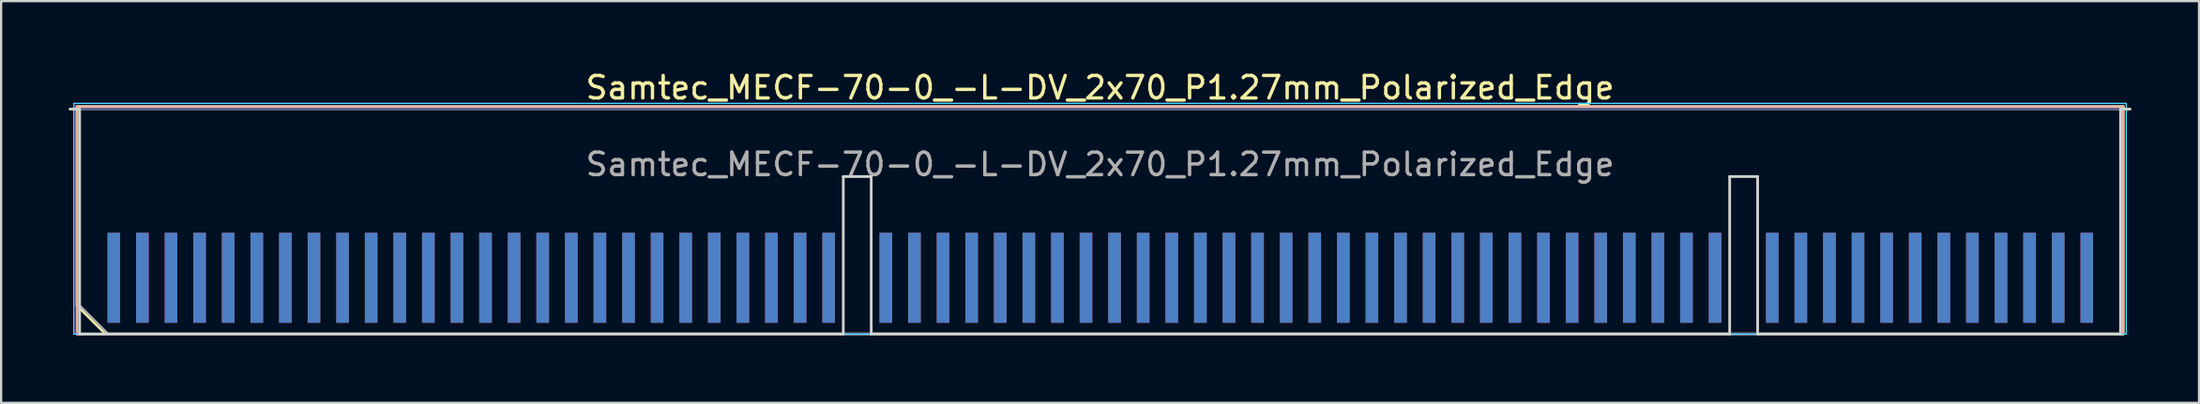
<source format=kicad_pcb>
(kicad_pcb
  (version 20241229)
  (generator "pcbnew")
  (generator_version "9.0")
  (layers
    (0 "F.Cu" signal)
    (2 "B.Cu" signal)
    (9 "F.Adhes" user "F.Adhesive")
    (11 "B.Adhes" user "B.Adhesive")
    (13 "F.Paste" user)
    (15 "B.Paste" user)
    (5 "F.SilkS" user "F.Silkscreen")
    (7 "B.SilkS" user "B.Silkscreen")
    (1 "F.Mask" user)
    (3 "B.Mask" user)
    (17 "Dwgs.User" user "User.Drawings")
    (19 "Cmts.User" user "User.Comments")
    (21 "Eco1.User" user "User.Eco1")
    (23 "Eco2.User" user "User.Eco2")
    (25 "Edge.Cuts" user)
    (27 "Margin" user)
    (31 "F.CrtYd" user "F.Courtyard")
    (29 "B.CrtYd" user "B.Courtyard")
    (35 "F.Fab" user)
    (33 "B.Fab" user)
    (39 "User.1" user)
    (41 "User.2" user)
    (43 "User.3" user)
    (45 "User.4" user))
  (footprint "Samtec_MECF-70-0_-L-DV_2x70_P1.27mm_Polarized_Edge"
    (layer "F.Cu")
    (at 45.81 6.798)
    (property "Reference" "Samtec_MECF-70-0_-L-DV_2x70_P1.27mm_Polarized_Edge" (at 0 -5.95 0) (layer "F.SilkS") (effects (font (size 1 1) (thickness 0.15))))
    (attr exclude_from_pos_files exclude_from_bom)
    (fp_line (start -45.44 -5.11) (end 45.44 -5.11) (stroke (width 0.12) (type solid)) (layer "F.SilkS"))
    (fp_line (start -45.44 3.73) (end -45.44 -5.11) (stroke (width 0.12) (type solid)) (layer "F.SilkS"))
    (fp_line (start -44.17 5) (end -45.44 3.73) (stroke (width 0.12) (type solid)) (layer "F.SilkS"))
    (fp_line (start -44.17 5) (end 45.44 5) (stroke (width 0.12) (type solid)) (layer "F.SilkS"))
    (fp_line (start 45.44 5) (end 45.44 -5.11) (stroke (width 0.12) (type solid)) (layer "F.SilkS"))
    (fp_line (start -45.44 -5.11) (end 45.44 -5.11) (stroke (width 0.12) (type solid)) (layer "B.SilkS"))
    (fp_line (start -45.44 5) (end -45.44 -5.11) (stroke (width 0.12) (type solid)) (layer "B.SilkS"))
    (fp_line (start -45.44 5) (end 45.44 5) (stroke (width 0.12) (type solid)) (layer "B.SilkS"))
    (fp_line (start 45.44 5) (end 45.44 -5.11) (stroke (width 0.12) (type solid)) (layer "B.SilkS"))
    (fp_line (start -45.75 -5) (end -45.325 -5) (stroke (width 0.12) (type solid)) (layer "Edge.Cuts"))
    (fp_line (start -45.325 5) (end -45.325 -5) (stroke (width 0.12) (type solid)) (layer "Edge.Cuts"))
    (fp_line (start -45.325 5) (end -11.405 5) (stroke (width 0.12) (type solid)) (layer "Edge.Cuts"))
    (fp_line (start -11.405 -2) (end -10.165 -2) (stroke (width 0.12) (type solid)) (layer "Edge.Cuts"))
    (fp_line (start -11.405 5) (end -11.405 -2) (stroke (width 0.12) (type solid)) (layer "Edge.Cuts"))
    (fp_line (start -10.165 5) (end -10.165 -2) (stroke (width 0.12) (type solid)) (layer "Edge.Cuts"))
    (fp_line (start -10.165 5) (end 27.965 5) (stroke (width 0.12) (type solid)) (layer "Edge.Cuts"))
    (fp_line (start 27.965 -2) (end 29.205 -2) (stroke (width 0.12) (type solid)) (layer "Edge.Cuts"))
    (fp_line (start 27.965 5) (end 27.965 -2) (stroke (width 0.12) (type solid)) (layer "Edge.Cuts"))
    (fp_line (start 29.205 5) (end 29.205 -2) (stroke (width 0.12) (type solid)) (layer "Edge.Cuts"))
    (fp_line (start 29.205 5) (end 45.325 5) (stroke (width 0.12) (type solid)) (layer "Edge.Cuts"))
    (fp_line (start 45.325 5) (end 45.325 -5) (stroke (width 0.12) (type solid)) (layer "Edge.Cuts"))
    (fp_line (start 45.75 -5) (end 45.325 -5) (stroke (width 0.12) (type solid)) (layer "Edge.Cuts"))
    (fp_rect (start -45.58 -5.25) (end 45.58 5) (stroke (width 0.05) (type solid)) (fill no) (layer "B.CrtYd"))
    (fp_rect (start -45.58 -5.25) (end 45.58 5) (stroke (width 0.05) (type solid)) (fill no) (layer "F.CrtYd"))
    (fp_line (start -45.325 -5) (end 45.325 -5) (stroke (width 0.1) (type solid)) (layer "B.Fab"))
    (fp_line (start -45.325 5) (end -45.325 -5) (stroke (width 0.1) (type solid)) (layer "B.Fab"))
    (fp_line (start -45.325 5) (end 45.325 5) (stroke (width 0.1) (type solid)) (layer "B.Fab"))
    (fp_line (start 45.325 5) (end 45.325 -5) (stroke (width 0.1) (type solid)) (layer "B.Fab"))
    (fp_line (start -45.325 -5) (end 45.325 -5) (stroke (width 0.1) (type solid)) (layer "F.Fab"))
    (fp_line (start -45.325 3.73) (end -45.325 -5) (stroke (width 0.1) (type solid)) (layer "F.Fab"))
    (fp_line (start -45.325 3.73) (end -44.055 5) (stroke (width 0.1) (type solid)) (layer "F.Fab"))
    (fp_line (start -44.055 5) (end 45.325 5) (stroke (width 0.1) (type solid)) (layer "F.Fab"))
    (fp_line (start 45.325 5) (end 45.325 -5) (stroke (width 0.1) (type solid)) (layer "F.Fab"))
    (fp_text user "${REFERENCE}" (at 0 -2.54 0) (layer "F.Fab") (effects (font (size 1 1) (thickness 0.15))))
    (pad "1" connect rect (at -43.805 2.5) (size 0.56 4) (layers "F.Cu" "F.Mask"))
    (pad "2" connect rect (at -43.805 2.5) (size 0.56 4) (layers "B.Cu" "B.Mask"))
    (pad "3" connect rect (at -42.535 2.5) (size 0.56 4) (layers "F.Cu" "F.Mask"))
    (pad "4" connect rect (at -42.535 2.5) (size 0.56 4) (layers "B.Cu" "B.Mask"))
    (pad "5" connect rect (at -41.265 2.5) (size 0.56 4) (layers "F.Cu" "F.Mask"))
    (pad "6" connect rect (at -41.265 2.5) (size 0.56 4) (layers "B.Cu" "B.Mask"))
    (pad "7" connect rect (at -39.995 2.5) (size 0.56 4) (layers "F.Cu" "F.Mask"))
    (pad "8" connect rect (at -39.995 2.5) (size 0.56 4) (layers "B.Cu" "B.Mask"))
    (pad "9" connect rect (at -38.725 2.5) (size 0.56 4) (layers "F.Cu" "F.Mask"))
    (pad "10" connect rect (at -38.725 2.5) (size 0.56 4) (layers "B.Cu" "B.Mask"))
    (pad "11" connect rect (at -37.455 2.5) (size 0.56 4) (layers "F.Cu" "F.Mask"))
    (pad "12" connect rect (at -37.455 2.5) (size 0.56 4) (layers "B.Cu" "B.Mask"))
    (pad "13" connect rect (at -36.185 2.5) (size 0.56 4) (layers "F.Cu" "F.Mask"))
    (pad "14" connect rect (at -36.185 2.5) (size 0.56 4) (layers "B.Cu" "B.Mask"))
    (pad "15" connect rect (at -34.915 2.5) (size 0.56 4) (layers "F.Cu" "F.Mask"))
    (pad "16" connect rect (at -34.915 2.5) (size 0.56 4) (layers "B.Cu" "B.Mask"))
    (pad "17" connect rect (at -33.645 2.5) (size 0.56 4) (layers "F.Cu" "F.Mask"))
    (pad "18" connect rect (at -33.645 2.5) (size 0.56 4) (layers "B.Cu" "B.Mask"))
    (pad "19" connect rect (at -32.375 2.5) (size 0.56 4) (layers "F.Cu" "F.Mask"))
    (pad "20" connect rect (at -32.375 2.5) (size 0.56 4) (layers "B.Cu" "B.Mask"))
    (pad "21" connect rect (at -31.105 2.5) (size 0.56 4) (layers "F.Cu" "F.Mask"))
    (pad "22" connect rect (at -31.105 2.5) (size 0.56 4) (layers "B.Cu" "B.Mask"))
    (pad "23" connect rect (at -29.835 2.5) (size 0.56 4) (layers "F.Cu" "F.Mask"))
    (pad "24" connect rect (at -29.835 2.5) (size 0.56 4) (layers "B.Cu" "B.Mask"))
    (pad "25" connect rect (at -28.565 2.5) (size 0.56 4) (layers "F.Cu" "F.Mask"))
    (pad "26" connect rect (at -28.565 2.5) (size 0.56 4) (layers "B.Cu" "B.Mask"))
    (pad "27" connect rect (at -27.295 2.5) (size 0.56 4) (layers "F.Cu" "F.Mask"))
    (pad "28" connect rect (at -27.295 2.5) (size 0.56 4) (layers "B.Cu" "B.Mask"))
    (pad "29" connect rect (at -26.025 2.5) (size 0.56 4) (layers "F.Cu" "F.Mask"))
    (pad "30" connect rect (at -26.025 2.5) (size 0.56 4) (layers "B.Cu" "B.Mask"))
    (pad "31" connect rect (at -24.755 2.5) (size 0.56 4) (layers "F.Cu" "F.Mask"))
    (pad "32" connect rect (at -24.755 2.5) (size 0.56 4) (layers "B.Cu" "B.Mask"))
    (pad "33" connect rect (at -23.485 2.5) (size 0.56 4) (layers "F.Cu" "F.Mask"))
    (pad "34" connect rect (at -23.485 2.5) (size 0.56 4) (layers "B.Cu" "B.Mask"))
    (pad "35" connect rect (at -22.215 2.5) (size 0.56 4) (layers "F.Cu" "F.Mask"))
    (pad "36" connect rect (at -22.215 2.5) (size 0.56 4) (layers "B.Cu" "B.Mask"))
    (pad "37" connect rect (at -20.945 2.5) (size 0.56 4) (layers "F.Cu" "F.Mask"))
    (pad "38" connect rect (at -20.945 2.5) (size 0.56 4) (layers "B.Cu" "B.Mask"))
    (pad "39" connect rect (at -19.675 2.5) (size 0.56 4) (layers "F.Cu" "F.Mask"))
    (pad "40" connect rect (at -19.675 2.5) (size 0.56 4) (layers "B.Cu" "B.Mask"))
    (pad "41" connect rect (at -18.405 2.5) (size 0.56 4) (layers "F.Cu" "F.Mask"))
    (pad "42" connect rect (at -18.405 2.5) (size 0.56 4) (layers "B.Cu" "B.Mask"))
    (pad "43" connect rect (at -17.135 2.5) (size 0.56 4) (layers "F.Cu" "F.Mask"))
    (pad "44" connect rect (at -17.135 2.5) (size 0.56 4) (layers "B.Cu" "B.Mask"))
    (pad "45" connect rect (at -15.865 2.5) (size 0.56 4) (layers "F.Cu" "F.Mask"))
    (pad "46" connect rect (at -15.865 2.5) (size 0.56 4) (layers "B.Cu" "B.Mask"))
    (pad "47" connect rect (at -14.595 2.5) (size 0.56 4) (layers "F.Cu" "F.Mask"))
    (pad "48" connect rect (at -14.595 2.5) (size 0.56 4) (layers "B.Cu" "B.Mask"))
    (pad "49" connect rect (at -13.325 2.5) (size 0.56 4) (layers "F.Cu" "F.Mask"))
    (pad "50" connect rect (at -13.325 2.5) (size 0.56 4) (layers "B.Cu" "B.Mask"))
    (pad "51" connect rect (at -12.055 2.5) (size 0.56 4) (layers "F.Cu" "F.Mask"))
    (pad "52" connect rect (at -12.055 2.5) (size 0.56 4) (layers "B.Cu" "B.Mask"))
    (pad "55" connect rect (at -9.515 2.5) (size 0.56 4) (layers "F.Cu" "F.Mask"))
    (pad "56" connect rect (at -9.515 2.5) (size 0.56 4) (layers "B.Cu" "B.Mask"))
    (pad "57" connect rect (at -8.245 2.5) (size 0.56 4) (layers "F.Cu" "F.Mask"))
    (pad "58" connect rect (at -8.245 2.5) (size 0.56 4) (layers "B.Cu" "B.Mask"))
    (pad "59" connect rect (at -6.975 2.5) (size 0.56 4) (layers "F.Cu" "F.Mask"))
    (pad "60" connect rect (at -6.975 2.5) (size 0.56 4) (layers "B.Cu" "B.Mask"))
    (pad "61" connect rect (at -5.705 2.5) (size 0.56 4) (layers "F.Cu" "F.Mask"))
    (pad "62" connect rect (at -5.705 2.5) (size 0.56 4) (layers "B.Cu" "B.Mask"))
    (pad "63" connect rect (at -4.435 2.5) (size 0.56 4) (layers "F.Cu" "F.Mask"))
    (pad "64" connect rect (at -4.435 2.5) (size 0.56 4) (layers "B.Cu" "B.Mask"))
    (pad "65" connect rect (at -3.165 2.5) (size 0.56 4) (layers "F.Cu" "F.Mask"))
    (pad "66" connect rect (at -3.165 2.5) (size 0.56 4) (layers "B.Cu" "B.Mask"))
    (pad "67" connect rect (at -1.895 2.5) (size 0.56 4) (layers "F.Cu" "F.Mask"))
    (pad "68" connect rect (at -1.895 2.5) (size 0.56 4) (layers "B.Cu" "B.Mask"))
    (pad "69" connect rect (at -0.625 2.5) (size 0.56 4) (layers "F.Cu" "F.Mask"))
    (pad "70" connect rect (at -0.625 2.5) (size 0.56 4) (layers "B.Cu" "B.Mask"))
    (pad "71" connect rect (at 0.645 2.5) (size 0.56 4) (layers "F.Cu" "F.Mask"))
    (pad "72" connect rect (at 0.645 2.5) (size 0.56 4) (layers "B.Cu" "B.Mask"))
    (pad "73" connect rect (at 1.915 2.5) (size 0.56 4) (layers "F.Cu" "F.Mask"))
    (pad "74" connect rect (at 1.915 2.5) (size 0.56 4) (layers "B.Cu" "B.Mask"))
    (pad "75" connect rect (at 3.185 2.5) (size 0.56 4) (layers "F.Cu" "F.Mask"))
    (pad "76" connect rect (at 3.185 2.5) (size 0.56 4) (layers "B.Cu" "B.Mask"))
    (pad "77" connect rect (at 4.455 2.5) (size 0.56 4) (layers "F.Cu" "F.Mask"))
    (pad "78" connect rect (at 4.455 2.5) (size 0.56 4) (layers "B.Cu" "B.Mask"))
    (pad "79" connect rect (at 5.725 2.5) (size 0.56 4) (layers "F.Cu" "F.Mask"))
    (pad "80" connect rect (at 5.725 2.5) (size 0.56 4) (layers "B.Cu" "B.Mask"))
    (pad "81" connect rect (at 6.995 2.5) (size 0.56 4) (layers "F.Cu" "F.Mask"))
    (pad "82" connect rect (at 6.995 2.5) (size 0.56 4) (layers "B.Cu" "B.Mask"))
    (pad "83" connect rect (at 8.265 2.5) (size 0.56 4) (layers "F.Cu" "F.Mask"))
    (pad "84" connect rect (at 8.265 2.5) (size 0.56 4) (layers "B.Cu" "B.Mask"))
    (pad "85" connect rect (at 9.535 2.5) (size 0.56 4) (layers "F.Cu" "F.Mask"))
    (pad "86" connect rect (at 9.535 2.5) (size 0.56 4) (layers "B.Cu" "B.Mask"))
    (pad "87" connect rect (at 10.805 2.5) (size 0.56 4) (layers "F.Cu" "F.Mask"))
    (pad "88" connect rect (at 10.805 2.5) (size 0.56 4) (layers "B.Cu" "B.Mask"))
    (pad "89" connect rect (at 12.075 2.5) (size 0.56 4) (layers "F.Cu" "F.Mask"))
    (pad "90" connect rect (at 12.075 2.5) (size 0.56 4) (layers "B.Cu" "B.Mask"))
    (pad "91" connect rect (at 13.345 2.5) (size 0.56 4) (layers "F.Cu" "F.Mask"))
    (pad "92" connect rect (at 13.345 2.5) (size 0.56 4) (layers "B.Cu" "B.Mask"))
    (pad "93" connect rect (at 14.615 2.5) (size 0.56 4) (layers "F.Cu" "F.Mask"))
    (pad "94" connect rect (at 14.615 2.5) (size 0.56 4) (layers "B.Cu" "B.Mask"))
    (pad "95" connect rect (at 15.885 2.5) (size 0.56 4) (layers "F.Cu" "F.Mask"))
    (pad "96" connect rect (at 15.885 2.5) (size 0.56 4) (layers "B.Cu" "B.Mask"))
    (pad "97" connect rect (at 17.155 2.5) (size 0.56 4) (layers "F.Cu" "F.Mask"))
    (pad "98" connect rect (at 17.155 2.5) (size 0.56 4) (layers "B.Cu" "B.Mask"))
    (pad "99" connect rect (at 18.425 2.5) (size 0.56 4) (layers "F.Cu" "F.Mask"))
    (pad "100" connect rect (at 18.425 2.5) (size 0.56 4) (layers "B.Cu" "B.Mask"))
    (pad "101" connect rect (at 19.695 2.5) (size 0.56 4) (layers "F.Cu" "F.Mask"))
    (pad "102" connect rect (at 19.695 2.5) (size 0.56 4) (layers "B.Cu" "B.Mask"))
    (pad "103" connect rect (at 20.965 2.5) (size 0.56 4) (layers "F.Cu" "F.Mask"))
    (pad "104" connect rect (at 20.965 2.5) (size 0.56 4) (layers "B.Cu" "B.Mask"))
    (pad "105" connect rect (at 22.235 2.5) (size 0.56 4) (layers "F.Cu" "F.Mask"))
    (pad "106" connect rect (at 22.235 2.5) (size 0.56 4) (layers "B.Cu" "B.Mask"))
    (pad "107" connect rect (at 23.505 2.5) (size 0.56 4) (layers "F.Cu" "F.Mask"))
    (pad "108" connect rect (at 23.505 2.5) (size 0.56 4) (layers "B.Cu" "B.Mask"))
    (pad "109" connect rect (at 24.775 2.5) (size 0.56 4) (layers "F.Cu" "F.Mask"))
    (pad "110" connect rect (at 24.775 2.5) (size 0.56 4) (layers "B.Cu" "B.Mask"))
    (pad "111" connect rect (at 26.045 2.5) (size 0.56 4) (layers "F.Cu" "F.Mask"))
    (pad "112" connect rect (at 26.045 2.5) (size 0.56 4) (layers "B.Cu" "B.Mask"))
    (pad "113" connect rect (at 27.315 2.5) (size 0.56 4) (layers "F.Cu" "F.Mask"))
    (pad "114" connect rect (at 27.315 2.5) (size 0.56 4) (layers "B.Cu" "B.Mask"))
    (pad "117" connect rect (at 29.855 2.5) (size 0.56 4) (layers "F.Cu" "F.Mask"))
    (pad "118" connect rect (at 29.855 2.5) (size 0.56 4) (layers "B.Cu" "B.Mask"))
    (pad "119" connect rect (at 31.125 2.5) (size 0.56 4) (layers "F.Cu" "F.Mask"))
    (pad "120" connect rect (at 31.125 2.5) (size 0.56 4) (layers "B.Cu" "B.Mask"))
    (pad "121" connect rect (at 32.395 2.5) (size 0.56 4) (layers "F.Cu" "F.Mask"))
    (pad "122" connect rect (at 32.395 2.5) (size 0.56 4) (layers "B.Cu" "B.Mask"))
    (pad "123" connect rect (at 33.665 2.5) (size 0.56 4) (layers "F.Cu" "F.Mask"))
    (pad "124" connect rect (at 33.665 2.5) (size 0.56 4) (layers "B.Cu" "B.Mask"))
    (pad "125" connect rect (at 34.935 2.5) (size 0.56 4) (layers "F.Cu" "F.Mask"))
    (pad "126" connect rect (at 34.935 2.5) (size 0.56 4) (layers "B.Cu" "B.Mask"))
    (pad "127" connect rect (at 36.205 2.5) (size 0.56 4) (layers "F.Cu" "F.Mask"))
    (pad "128" connect rect (at 36.205 2.5) (size 0.56 4) (layers "B.Cu" "B.Mask"))
    (pad "129" connect rect (at 37.475 2.5) (size 0.56 4) (layers "F.Cu" "F.Mask"))
    (pad "130" connect rect (at 37.475 2.5) (size 0.56 4) (layers "B.Cu" "B.Mask"))
    (pad "131" connect rect (at 38.745 2.5) (size 0.56 4) (layers "F.Cu" "F.Mask"))
    (pad "132" connect rect (at 38.745 2.5) (size 0.56 4) (layers "B.Cu" "B.Mask"))
    (pad "133" connect rect (at 40.015 2.5) (size 0.56 4) (layers "F.Cu" "F.Mask"))
    (pad "134" connect rect (at 40.015 2.5) (size 0.56 4) (layers "B.Cu" "B.Mask"))
    (pad "135" connect rect (at 41.285 2.5) (size 0.56 4) (layers "F.Cu" "F.Mask"))
    (pad "136" connect rect (at 41.285 2.5) (size 0.56 4) (layers "B.Cu" "B.Mask"))
    (pad "137" connect rect (at 42.555 2.5) (size 0.56 4) (layers "F.Cu" "F.Mask"))
    (pad "138" connect rect (at 42.555 2.5) (size 0.56 4) (layers "B.Cu" "B.Mask"))
    (pad "139" connect rect (at 43.825 2.5) (size 0.56 4) (layers "F.Cu" "F.Mask"))
    (pad "140" connect rect (at 43.825 2.5) (size 0.56 4) (layers "B.Cu" "B.Mask")))
  (gr_rect
    (start -3 -3)
    (end 94.62 14.858)
    (stroke (width 0.1) (type default))
    (fill no)
    (layer "Edge.Cuts")))
</source>
